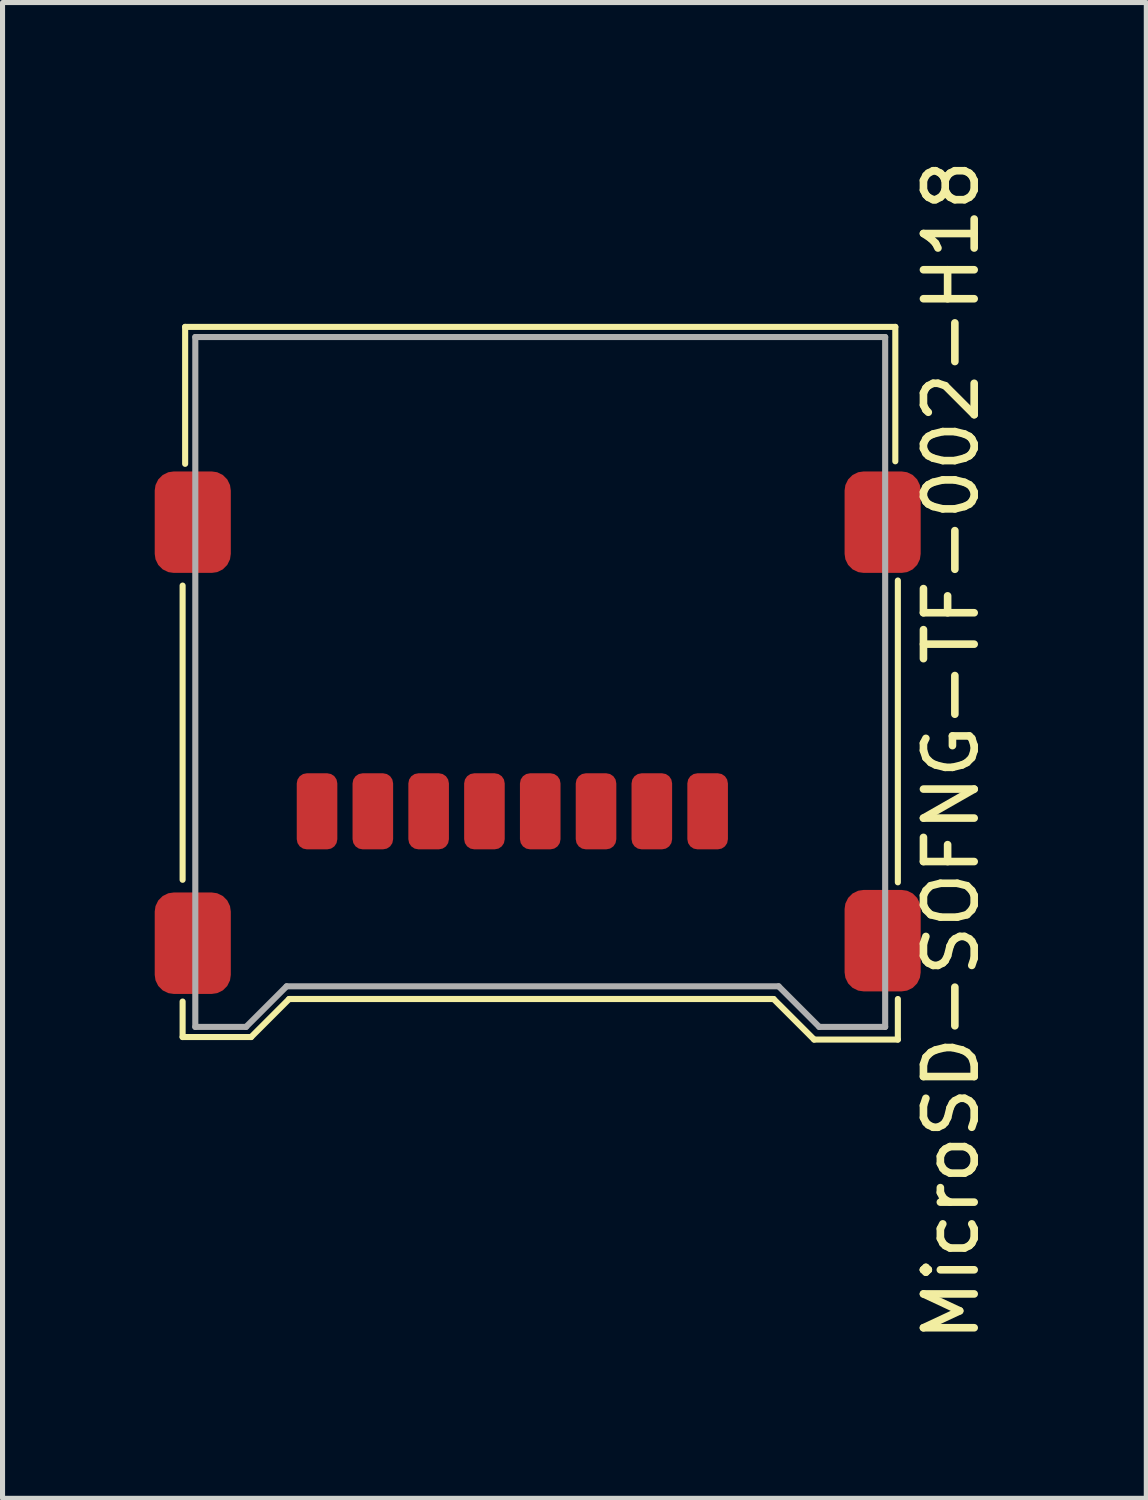
<source format=kicad_pcb>
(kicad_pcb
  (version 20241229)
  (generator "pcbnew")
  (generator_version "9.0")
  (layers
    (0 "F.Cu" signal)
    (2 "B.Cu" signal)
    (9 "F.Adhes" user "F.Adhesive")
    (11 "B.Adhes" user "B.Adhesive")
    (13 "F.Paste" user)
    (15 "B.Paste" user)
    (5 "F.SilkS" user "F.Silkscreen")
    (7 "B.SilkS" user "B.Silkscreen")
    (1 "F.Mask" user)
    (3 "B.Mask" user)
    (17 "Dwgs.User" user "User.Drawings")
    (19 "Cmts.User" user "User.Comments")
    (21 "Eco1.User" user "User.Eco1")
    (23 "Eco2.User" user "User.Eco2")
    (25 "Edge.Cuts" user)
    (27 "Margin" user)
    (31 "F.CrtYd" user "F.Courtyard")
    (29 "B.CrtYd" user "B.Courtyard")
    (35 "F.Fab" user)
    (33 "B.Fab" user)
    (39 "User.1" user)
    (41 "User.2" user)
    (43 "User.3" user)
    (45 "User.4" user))
  (footprint "MicroSD-SOFNG-TF-002-H18"
    (layer "F.Cu")
    (at 7.6 12.894)
    (property "Reference" "MicroSD-SOFNG-TF-002-H18" (at 8.1 -1.15 270) (layer "F.SilkS") (effects (font (size 1 1) (thickness 0.15))))
    (attr through_hole)
    (fp_line (start -7.05 -4.4) (end -7.05 1.4) (stroke (width 0.12) (type solid)) (layer "F.SilkS"))
    (fp_line (start -7.05 3.8) (end -7.05 4.5) (stroke (width 0.12) (type solid)) (layer "F.SilkS"))
    (fp_line (start -7.05 4.5) (end -5.7 4.5) (stroke (width 0.12) (type solid)) (layer "F.SilkS"))
    (fp_line (start -7 -9.5) (end -7 -6.8) (stroke (width 0.12) (type solid)) (layer "F.SilkS"))
    (fp_line (start -5.7 4.5) (end -4.95 3.75) (stroke (width 0.12) (type solid)) (layer "F.SilkS"))
    (fp_line (start -4.95 3.75) (end 4.6 3.75) (stroke (width 0.12) (type solid)) (layer "F.SilkS"))
    (fp_line (start 4.6 3.75) (end 5.4 4.55) (stroke (width 0.12) (type solid)) (layer "F.SilkS"))
    (fp_line (start 5.4 4.55) (end 7.05 4.55) (stroke (width 0.12) (type solid)) (layer "F.SilkS"))
    (fp_line (start 7 -9.5) (end -7 -9.5) (stroke (width 0.12) (type solid)) (layer "F.SilkS"))
    (fp_line (start 7 -6.85) (end 7 -9.5) (stroke (width 0.12) (type solid)) (layer "F.SilkS"))
    (fp_line (start 7.05 1.45) (end 7.05 -4.5) (stroke (width 0.12) (type solid)) (layer "F.SilkS"))
    (fp_line (start 7.05 4.55) (end 7.05 3.75) (stroke (width 0.12) (type solid)) (layer "F.SilkS"))
    (fp_line (start -6.8 4.3) (end -6.8 -9.3) (stroke (width 0.12) (type solid)) (layer "F.Fab"))
    (fp_line (start -6.8 4.3) (end -5.8 4.3) (stroke (width 0.12) (type solid)) (layer "F.Fab"))
    (fp_line (start -5.8 4.3) (end -5 3.5) (stroke (width 0.12) (type solid)) (layer "F.Fab"))
    (fp_line (start -5 3.5) (end 4.7 3.5) (stroke (width 0.12) (type solid)) (layer "F.Fab"))
    (fp_line (start 4.7 3.5) (end 5.5 4.3) (stroke (width 0.12) (type solid)) (layer "F.Fab"))
    (fp_line (start 5.5 4.3) (end 6.8 4.3) (stroke (width 0.12) (type solid)) (layer "F.Fab"))
    (fp_line (start 6.8 -9.3) (end -6.8 -9.3) (stroke (width 0.12) (type solid)) (layer "F.Fab"))
    (fp_line (start 6.8 4.3) (end 6.8 -9.3) (stroke (width 0.12) (type solid)) (layer "F.Fab"))
    (pad "1" smd roundrect (at 3.3 0.05) (size 0.8 1.5) (layers "F.Cu" "F.Mask" "F.Paste") (roundrect_rratio 0.25))
    (pad "2" smd roundrect (at 2.2 0.05) (size 0.8 1.5) (layers "F.Cu" "F.Mask" "F.Paste") (roundrect_rratio 0.25))
    (pad "3" smd roundrect (at 1.1 0.05) (size 0.8 1.5) (layers "F.Cu" "F.Mask" "F.Paste") (roundrect_rratio 0.25))
    (pad "4" smd roundrect (at 0 0.05) (size 0.8 1.5) (layers "F.Cu" "F.Mask" "F.Paste") (roundrect_rratio 0.25))
    (pad "5" smd roundrect (at -1.1 0.05) (size 0.8 1.5) (layers "F.Cu" "F.Mask" "F.Paste") (roundrect_rratio 0.25))
    (pad "6" smd roundrect (at -2.2 0.05) (size 0.8 1.5) (layers "F.Cu" "F.Mask" "F.Paste") (roundrect_rratio 0.25))
    (pad "7" smd roundrect (at -3.3 0.05) (size 0.8 1.5) (layers "F.Cu" "F.Mask" "F.Paste") (roundrect_rratio 0.25))
    (pad "8" smd roundrect (at -4.4 0.05) (size 0.8 1.5) (layers "F.Cu" "F.Mask" "F.Paste") (roundrect_rratio 0.25))
    (pad "9" smd roundrect (at -6.85 -5.65) (size 1.5 2) (layers "F.Cu" "F.Mask" "F.Paste") (roundrect_rratio 0.25))
    (pad "9" smd roundrect (at -6.85 2.65) (size 1.5 2) (layers "F.Cu" "F.Mask" "F.Paste") (roundrect_rratio 0.25))
    (pad "9" smd roundrect (at 6.75 -5.65) (size 1.5 2) (layers "F.Cu" "F.Mask" "F.Paste") (roundrect_rratio 0.25))
    (pad "9" smd roundrect (at 6.75 2.6) (size 1.5 2) (layers "F.Cu" "F.Mask" "F.Paste") (roundrect_rratio 0.25)))
  (gr_rect
    (start -3 -3)
    (end 19.548 26.488)
    (stroke (width 0.1) (type default))
    (fill no)
    (layer "Edge.Cuts")))
</source>
